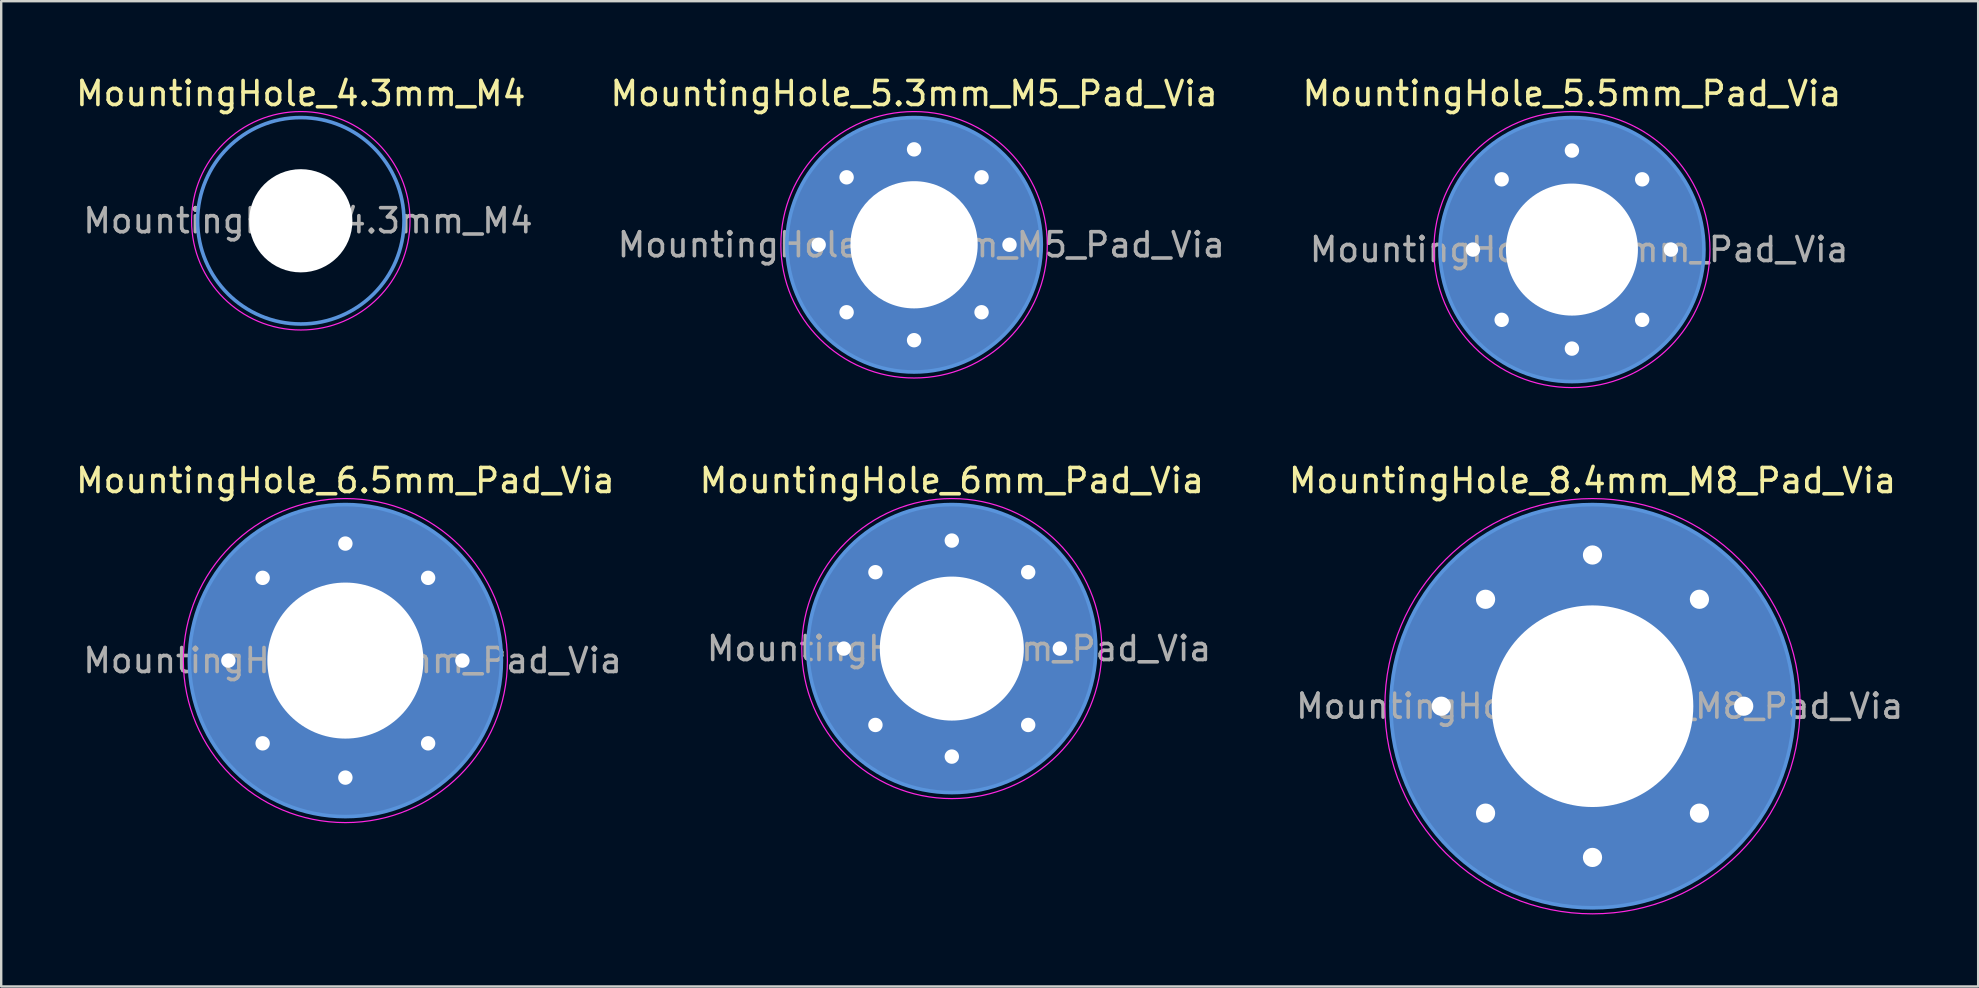
<source format=kicad_pcb>
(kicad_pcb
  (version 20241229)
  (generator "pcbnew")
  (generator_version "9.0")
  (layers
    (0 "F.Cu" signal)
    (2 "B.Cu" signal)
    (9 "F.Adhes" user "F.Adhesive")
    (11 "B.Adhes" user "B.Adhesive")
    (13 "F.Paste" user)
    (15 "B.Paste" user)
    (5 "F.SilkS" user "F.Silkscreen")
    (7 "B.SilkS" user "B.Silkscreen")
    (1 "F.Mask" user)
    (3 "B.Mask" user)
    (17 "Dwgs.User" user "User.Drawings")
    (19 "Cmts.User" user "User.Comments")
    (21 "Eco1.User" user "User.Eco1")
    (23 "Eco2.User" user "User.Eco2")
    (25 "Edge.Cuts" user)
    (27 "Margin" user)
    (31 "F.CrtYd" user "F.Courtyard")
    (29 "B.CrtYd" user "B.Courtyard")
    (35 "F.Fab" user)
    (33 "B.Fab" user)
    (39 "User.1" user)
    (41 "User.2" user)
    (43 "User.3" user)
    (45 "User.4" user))
  (footprint "MountingHole_5.5mm_Pad_Via"
    (layer "F.Cu")
    (at 62.439 7.348)
    (property "Reference" "MountingHole_5.5mm_Pad_Via" (at 0 -6.5 0) (layer "F.SilkS") (effects (font (size 1 1) (thickness 0.15))))
    (attr exclude_from_pos_files exclude_from_bom)
    (fp_circle (center 0 0) (end 5.5 0) (stroke (width 0.15) (type solid)) (fill no) (layer "Cmts.User"))
    (fp_circle (center 0 0) (end 5.75 0) (stroke (width 0.05) (type solid)) (fill no) (layer "F.CrtYd"))
    (fp_text user "${REFERENCE}" (at 0.3 0 0) (layer "F.Fab") (effects (font (size 1 1) (thickness 0.15))))
    (pad "1" thru_hole circle (at -4.125 0) (size 0.9 0.9) (drill 0.6) (layers "*.Cu" "*.Mask"))
    (pad "1" thru_hole circle (at -2.927 -2.927) (size 0.9 0.9) (drill 0.6) (layers "*.Cu" "*.Mask"))
    (pad "1" thru_hole circle (at -2.927 2.927) (size 0.9 0.9) (drill 0.6) (layers "*.Cu" "*.Mask"))
    (pad "1" thru_hole circle (at 0 -4.125) (size 0.9 0.9) (drill 0.6) (layers "*.Cu" "*.Mask"))
    (pad "1" thru_hole circle (at 0 0) (size 11 11) (drill 5.5) (layers "*.Cu" "*.Mask"))
    (pad "1" thru_hole circle (at 0 4.125) (size 0.9 0.9) (drill 0.6) (layers "*.Cu" "*.Mask"))
    (pad "1" thru_hole circle (at 2.927 -2.927) (size 0.9 0.9) (drill 0.6) (layers "*.Cu" "*.Mask"))
    (pad "1" thru_hole circle (at 2.927 2.927) (size 0.9 0.9) (drill 0.6) (layers "*.Cu" "*.Mask"))
    (pad "1" thru_hole circle (at 4.125 0) (size 0.9 0.9) (drill 0.6) (layers "*.Cu" "*.Mask")))
  (footprint "MountingHole_6mm_Pad_Via"
    (layer "F.Cu")
    (at 36.604 23.971)
    (property "Reference" "MountingHole_6mm_Pad_Via" (at 0 -7 0) (layer "F.SilkS") (effects (font (size 1 1) (thickness 0.15))))
    (attr exclude_from_pos_files exclude_from_bom)
    (fp_circle (center 0 0) (end 6 0) (stroke (width 0.15) (type solid)) (fill no) (layer "Cmts.User"))
    (fp_circle (center 0 0) (end 6.25 0) (stroke (width 0.05) (type solid)) (fill no) (layer "F.CrtYd"))
    (fp_text user "${REFERENCE}" (at 0.3 0 0) (layer "F.Fab") (effects (font (size 1 1) (thickness 0.15))))
    (pad "1" thru_hole circle (at -4.5 0) (size 0.9 0.9) (drill 0.6) (layers "*.Cu" "*.Mask"))
    (pad "1" thru_hole circle (at -3.182 -3.182) (size 0.9 0.9) (drill 0.6) (layers "*.Cu" "*.Mask"))
    (pad "1" thru_hole circle (at -3.182 3.182) (size 0.9 0.9) (drill 0.6) (layers "*.Cu" "*.Mask"))
    (pad "1" thru_hole circle (at 0 -4.5) (size 0.9 0.9) (drill 0.6) (layers "*.Cu" "*.Mask"))
    (pad "1" thru_hole circle (at 0 0) (size 12 12) (drill 6) (layers "*.Cu" "*.Mask"))
    (pad "1" thru_hole circle (at 0 4.5) (size 0.9 0.9) (drill 0.6) (layers "*.Cu" "*.Mask"))
    (pad "1" thru_hole circle (at 3.182 -3.182) (size 0.9 0.9) (drill 0.6) (layers "*.Cu" "*.Mask"))
    (pad "1" thru_hole circle (at 3.182 3.182) (size 0.9 0.9) (drill 0.6) (layers "*.Cu" "*.Mask"))
    (pad "1" thru_hole circle (at 4.5 0) (size 0.9 0.9) (drill 0.6) (layers "*.Cu" "*.Mask")))
  (footprint "MountingHole_4.3mm_M4"
    (layer "F.Cu")
    (at 9.482 6.148)
    (property "Reference" "MountingHole_4.3mm_M4" (at 0 -5.3 0) (layer "F.SilkS") (effects (font (size 1 1) (thickness 0.15))))
    (attr exclude_from_pos_files exclude_from_bom)
    (fp_circle (center 0 0) (end 4.3 0) (stroke (width 0.15) (type solid)) (fill no) (layer "Cmts.User"))
    (fp_circle (center 0 0) (end 4.55 0) (stroke (width 0.05) (type solid)) (fill no) (layer "F.CrtYd"))
    (fp_text user "${REFERENCE}" (at 0.3 0 0) (layer "F.Fab") (effects (font (size 1 1) (thickness 0.15))))
    (pad "" np_thru_hole circle (at 0 0) (size 4.3 4.3) (drill 4.3) (layers "*.Cu" "*.Mask")))
  (footprint "MountingHole_6.5mm_Pad_Via"
    (layer "F.Cu")
    (at 11.339 24.471)
    (property "Reference" "MountingHole_6.5mm_Pad_Via" (at 0 -7.5 0) (layer "F.SilkS") (effects (font (size 1 1) (thickness 0.15))))
    (attr exclude_from_pos_files exclude_from_bom)
    (fp_circle (center 0 0) (end 6.5 0) (stroke (width 0.15) (type solid)) (fill no) (layer "Cmts.User"))
    (fp_circle (center 0 0) (end 6.75 0) (stroke (width 0.05) (type solid)) (fill no) (layer "F.CrtYd"))
    (fp_text user "${REFERENCE}" (at 0.3 0 0) (layer "F.Fab") (effects (font (size 1 1) (thickness 0.15))))
    (pad "1" thru_hole circle (at -4.875 0) (size 0.9 0.9) (drill 0.6) (layers "*.Cu" "*.Mask"))
    (pad "1" thru_hole circle (at -3.447 -3.447) (size 0.9 0.9) (drill 0.6) (layers "*.Cu" "*.Mask"))
    (pad "1" thru_hole circle (at -3.447 3.447) (size 0.9 0.9) (drill 0.6) (layers "*.Cu" "*.Mask"))
    (pad "1" thru_hole circle (at 0 -4.875) (size 0.9 0.9) (drill 0.6) (layers "*.Cu" "*.Mask"))
    (pad "1" thru_hole circle (at 0 0) (size 13 13) (drill 6.5) (layers "*.Cu" "*.Mask"))
    (pad "1" thru_hole circle (at 0 4.875) (size 0.9 0.9) (drill 0.6) (layers "*.Cu" "*.Mask"))
    (pad "1" thru_hole circle (at 3.447 -3.447) (size 0.9 0.9) (drill 0.6) (layers "*.Cu" "*.Mask"))
    (pad "1" thru_hole circle (at 3.447 3.447) (size 0.9 0.9) (drill 0.6) (layers "*.Cu" "*.Mask"))
    (pad "1" thru_hole circle (at 4.875 0) (size 0.9 0.9) (drill 0.6) (layers "*.Cu" "*.Mask")))
  (footprint "MountingHole_8.4mm_M8_Pad_Via"
    (layer "F.Cu")
    (at 63.296 26.372)
    (property "Reference" "MountingHole_8.4mm_M8_Pad_Via" (at 0 -9.4 0) (layer "F.SilkS") (effects (font (size 1 1) (thickness 0.15))))
    (attr exclude_from_pos_files exclude_from_bom)
    (fp_circle (center 0 0) (end 8.4 0) (stroke (width 0.15) (type solid)) (fill no) (layer "Cmts.User"))
    (fp_circle (center 0 0) (end 8.65 0) (stroke (width 0.05) (type solid)) (fill no) (layer "F.CrtYd"))
    (fp_text user "${REFERENCE}" (at 0.3 0 0) (layer "F.Fab") (effects (font (size 1 1) (thickness 0.15))))
    (pad "1" thru_hole circle (at -6.3 0) (size 1.1 1.1) (drill 0.8) (layers "*.Cu" "*.Mask"))
    (pad "1" thru_hole circle (at -4.455 -4.455) (size 1.1 1.1) (drill 0.8) (layers "*.Cu" "*.Mask"))
    (pad "1" thru_hole circle (at -4.455 4.455) (size 1.1 1.1) (drill 0.8) (layers "*.Cu" "*.Mask"))
    (pad "1" thru_hole circle (at 0 -6.3) (size 1.1 1.1) (drill 0.8) (layers "*.Cu" "*.Mask"))
    (pad "1" thru_hole circle (at 0 0) (size 16.8 16.8) (drill 8.4) (layers "*.Cu" "*.Mask"))
    (pad "1" thru_hole circle (at 0 6.3) (size 1.1 1.1) (drill 0.8) (layers "*.Cu" "*.Mask"))
    (pad "1" thru_hole circle (at 4.455 -4.455) (size 1.1 1.1) (drill 0.8) (layers "*.Cu" "*.Mask"))
    (pad "1" thru_hole circle (at 4.455 4.455) (size 1.1 1.1) (drill 0.8) (layers "*.Cu" "*.Mask"))
    (pad "1" thru_hole circle (at 6.3 0) (size 1.1 1.1) (drill 0.8) (layers "*.Cu" "*.Mask")))
  (footprint "MountingHole_5.3mm_M5_Pad_Via"
    (layer "F.Cu")
    (at 35.032 7.148)
    (property "Reference" "MountingHole_5.3mm_M5_Pad_Via" (at 0 -6.3 0) (layer "F.SilkS") (effects (font (size 1 1) (thickness 0.15))))
    (attr exclude_from_pos_files exclude_from_bom)
    (fp_circle (center 0 0) (end 5.3 0) (stroke (width 0.15) (type solid)) (fill no) (layer "Cmts.User"))
    (fp_circle (center 0 0) (end 5.55 0) (stroke (width 0.05) (type solid)) (fill no) (layer "F.CrtYd"))
    (fp_text user "${REFERENCE}" (at 0.3 0 0) (layer "F.Fab") (effects (font (size 1 1) (thickness 0.15))))
    (pad "1" thru_hole circle (at -3.975 0) (size 0.9 0.9) (drill 0.6) (layers "*.Cu" "*.Mask"))
    (pad "1" thru_hole circle (at -2.811 -2.811) (size 0.9 0.9) (drill 0.6) (layers "*.Cu" "*.Mask"))
    (pad "1" thru_hole circle (at -2.811 2.811) (size 0.9 0.9) (drill 0.6) (layers "*.Cu" "*.Mask"))
    (pad "1" thru_hole circle (at 0 -3.975) (size 0.9 0.9) (drill 0.6) (layers "*.Cu" "*.Mask"))
    (pad "1" thru_hole circle (at 0 0) (size 10.6 10.6) (drill 5.3) (layers "*.Cu" "*.Mask"))
    (pad "1" thru_hole circle (at 0 3.975) (size 0.9 0.9) (drill 0.6) (layers "*.Cu" "*.Mask"))
    (pad "1" thru_hole circle (at 2.811 -2.811) (size 0.9 0.9) (drill 0.6) (layers "*.Cu" "*.Mask"))
    (pad "1" thru_hole circle (at 2.811 2.811) (size 0.9 0.9) (drill 0.6) (layers "*.Cu" "*.Mask"))
    (pad "1" thru_hole circle (at 3.975 0) (size 0.9 0.9) (drill 0.6) (layers "*.Cu" "*.Mask")))
  (gr_rect
    (start -3 -3)
    (end 79.364 38.047)
    (stroke (width 0.1) (type default))
    (fill no)
    (layer "Edge.Cuts")))
</source>
